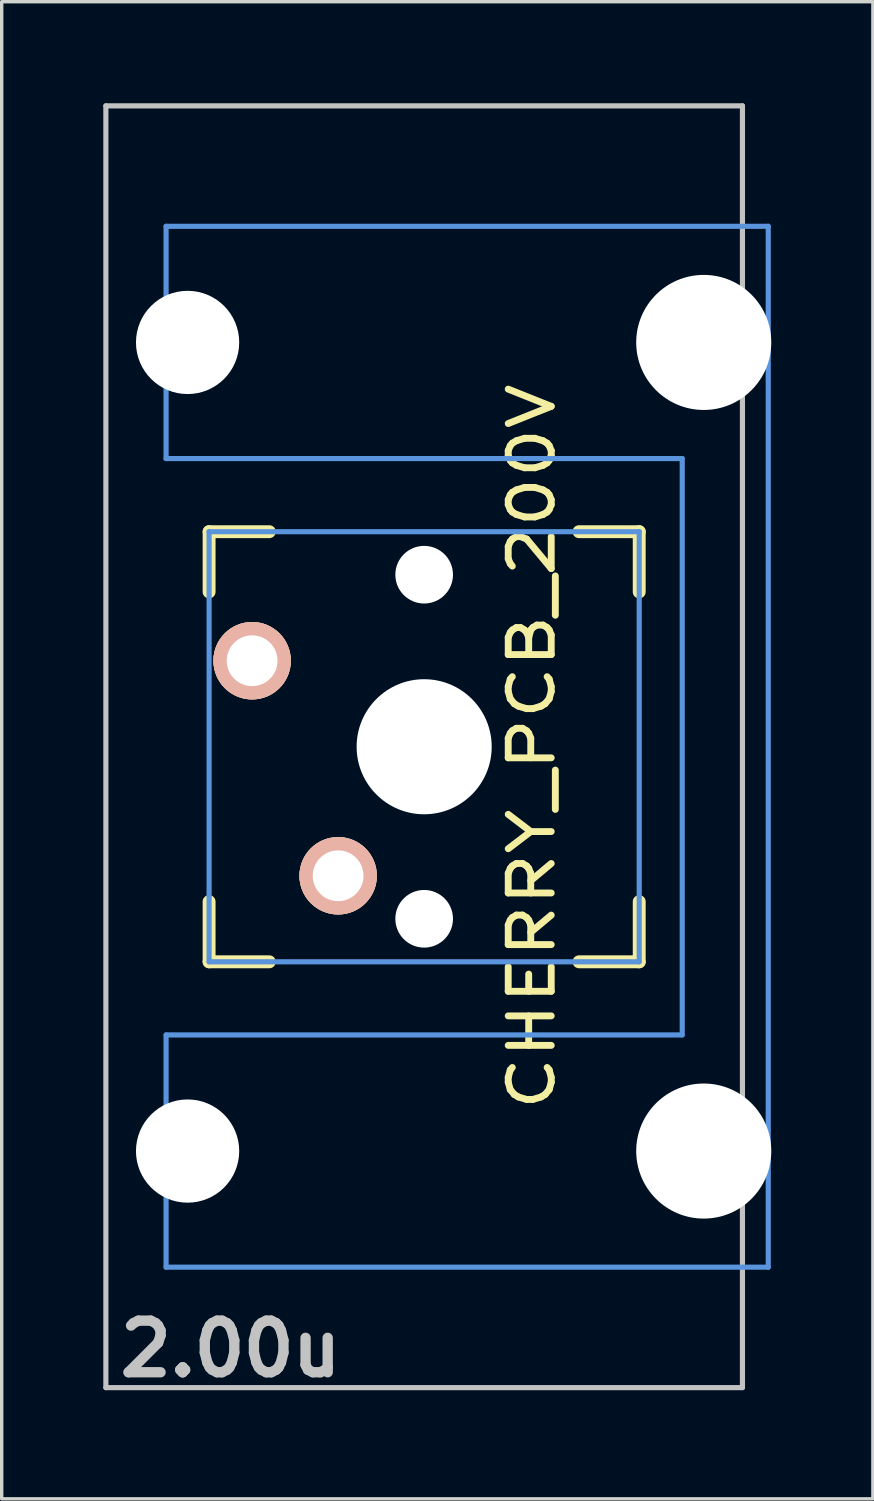
<source format=kicad_pcb>
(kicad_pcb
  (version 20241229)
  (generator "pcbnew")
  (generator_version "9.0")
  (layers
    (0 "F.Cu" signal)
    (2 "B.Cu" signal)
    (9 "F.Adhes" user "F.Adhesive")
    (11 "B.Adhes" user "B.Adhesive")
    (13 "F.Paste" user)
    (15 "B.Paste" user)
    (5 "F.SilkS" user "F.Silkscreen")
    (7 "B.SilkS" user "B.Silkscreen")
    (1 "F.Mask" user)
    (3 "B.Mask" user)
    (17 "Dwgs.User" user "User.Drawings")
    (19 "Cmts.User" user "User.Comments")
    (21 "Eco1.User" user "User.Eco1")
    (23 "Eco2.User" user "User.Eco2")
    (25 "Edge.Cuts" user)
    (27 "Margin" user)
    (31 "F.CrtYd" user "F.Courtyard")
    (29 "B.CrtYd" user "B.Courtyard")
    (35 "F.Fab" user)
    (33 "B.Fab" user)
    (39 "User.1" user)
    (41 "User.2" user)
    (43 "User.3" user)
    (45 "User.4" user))
  (footprint "CHERRY_PCB_200V"
    (layer "F.Cu")
    (at 9.474 18.999)
    (property "Reference" "CHERRY_PCB_200V" (at 3.175 0 90) (layer "F.SilkS") (effects (font (size 1.27 1.524) (thickness 0.203))))
    (attr through_hole)
    (fp_line (start -6.35 -6.35) (end -4.572 -6.35) (stroke (width 0.381) (type solid)) (layer "F.SilkS"))
    (fp_line (start -6.35 -4.572) (end -6.35 -6.35) (stroke (width 0.381) (type solid)) (layer "F.SilkS"))
    (fp_line (start -6.35 6.35) (end -6.35 4.572) (stroke (width 0.381) (type solid)) (layer "F.SilkS"))
    (fp_line (start -4.572 6.35) (end -6.35 6.35) (stroke (width 0.381) (type solid)) (layer "F.SilkS"))
    (fp_line (start 4.572 -6.35) (end 6.35 -6.35) (stroke (width 0.381) (type solid)) (layer "F.SilkS"))
    (fp_line (start 6.35 -6.35) (end 6.35 -4.572) (stroke (width 0.381) (type solid)) (layer "F.SilkS"))
    (fp_line (start 6.35 4.572) (end 6.35 6.35) (stroke (width 0.381) (type solid)) (layer "F.SilkS"))
    (fp_line (start 6.35 6.35) (end 4.572 6.35) (stroke (width 0.381) (type solid)) (layer "F.SilkS"))
    (fp_line (start -9.398 -18.923) (end 9.398 -18.923) (stroke (width 0.152) (type solid)) (layer "Dwgs.User"))
    (fp_line (start -9.398 18.923) (end -9.398 -18.923) (stroke (width 0.152) (type solid)) (layer "Dwgs.User"))
    (fp_line (start 9.398 -18.923) (end 9.398 18.923) (stroke (width 0.152) (type solid)) (layer "Dwgs.User"))
    (fp_line (start 9.398 18.923) (end -9.398 18.923) (stroke (width 0.152) (type solid)) (layer "Dwgs.User"))
    (fp_line (start -7.62 -15.367) (end -7.62 -8.509) (stroke (width 0.152) (type solid)) (layer "Cmts.User"))
    (fp_line (start -7.62 -8.509) (end 7.62 -8.509) (stroke (width 0.152) (type solid)) (layer "Cmts.User"))
    (fp_line (start -7.62 8.509) (end -7.62 15.367) (stroke (width 0.152) (type solid)) (layer "Cmts.User"))
    (fp_line (start -7.62 15.367) (end 10.16 15.367) (stroke (width 0.152) (type solid)) (layer "Cmts.User"))
    (fp_line (start -6.35 -6.35) (end 6.35 -6.35) (stroke (width 0.152) (type solid)) (layer "Cmts.User"))
    (fp_line (start -6.35 6.35) (end -6.35 -6.35) (stroke (width 0.152) (type solid)) (layer "Cmts.User"))
    (fp_line (start 6.35 -6.35) (end 6.35 6.35) (stroke (width 0.152) (type solid)) (layer "Cmts.User"))
    (fp_line (start 6.35 6.35) (end -6.35 6.35) (stroke (width 0.152) (type solid)) (layer "Cmts.User"))
    (fp_line (start 7.62 -8.509) (end 7.62 8.509) (stroke (width 0.152) (type solid)) (layer "Cmts.User"))
    (fp_line (start 7.62 8.509) (end -7.62 8.509) (stroke (width 0.152) (type solid)) (layer "Cmts.User"))
    (fp_line (start 10.16 -15.367) (end -7.62 -15.367) (stroke (width 0.152) (type solid)) (layer "Cmts.User"))
    (fp_line (start 10.16 15.367) (end 10.16 -15.367) (stroke (width 0.152) (type solid)) (layer "Cmts.User"))
    (fp_line (start -6.985 -6.985) (end -4.877 -6.985) (stroke (width 0.152) (type solid)) (layer "Eco2.User"))
    (fp_line (start -6.985 6.985) (end -6.985 -6.985) (stroke (width 0.152) (type solid)) (layer "Eco2.User"))
    (fp_line (start -5.69 -15.265) (end -2.286 -15.265) (stroke (width 0.152) (type solid)) (layer "Eco2.User"))
    (fp_line (start -5.69 -8.611) (end -5.69 -15.265) (stroke (width 0.152) (type solid)) (layer "Eco2.User"))
    (fp_line (start -5.69 8.611) (end -4.877 8.611) (stroke (width 0.152) (type solid)) (layer "Eco2.User"))
    (fp_line (start -5.69 15.265) (end -5.69 8.611) (stroke (width 0.152) (type solid)) (layer "Eco2.User"))
    (fp_line (start -4.877 -8.611) (end -5.69 -8.611) (stroke (width 0.152) (type solid)) (layer "Eco2.User"))
    (fp_line (start -4.877 -6.985) (end -4.877 -8.611) (stroke (width 0.152) (type solid)) (layer "Eco2.User"))
    (fp_line (start -4.877 6.985) (end -6.985 6.985) (stroke (width 0.152) (type solid)) (layer "Eco2.User"))
    (fp_line (start -4.877 8.611) (end -4.877 6.985) (stroke (width 0.152) (type solid)) (layer "Eco2.User"))
    (fp_line (start -2.286 -16.129) (end 0.508 -16.129) (stroke (width 0.152) (type solid)) (layer "Eco2.User"))
    (fp_line (start -2.286 -15.265) (end -2.286 -16.129) (stroke (width 0.152) (type solid)) (layer "Eco2.User"))
    (fp_line (start -2.286 15.265) (end -5.69 15.265) (stroke (width 0.152) (type solid)) (layer "Eco2.User"))
    (fp_line (start -2.286 16.129) (end -2.286 15.265) (stroke (width 0.152) (type solid)) (layer "Eco2.User"))
    (fp_line (start 0.508 -16.129) (end 0.508 -15.265) (stroke (width 0.152) (type solid)) (layer "Eco2.User"))
    (fp_line (start 0.508 -15.265) (end 6.604 -15.265) (stroke (width 0.152) (type solid)) (layer "Eco2.User"))
    (fp_line (start 0.508 15.265) (end 0.508 16.129) (stroke (width 0.152) (type solid)) (layer "Eco2.User"))
    (fp_line (start 0.508 16.129) (end -2.286 16.129) (stroke (width 0.152) (type solid)) (layer "Eco2.User"))
    (fp_line (start 5.817 -8.611) (end 5.817 -6.985) (stroke (width 0.152) (type solid)) (layer "Eco2.User"))
    (fp_line (start 5.817 -6.985) (end 6.985 -6.985) (stroke (width 0.152) (type solid)) (layer "Eco2.User"))
    (fp_line (start 5.817 6.985) (end 5.817 8.611) (stroke (width 0.152) (type solid)) (layer "Eco2.User"))
    (fp_line (start 5.817 8.611) (end 6.604 8.611) (stroke (width 0.152) (type solid)) (layer "Eco2.User"))
    (fp_line (start 6.604 -15.265) (end 6.604 -14.224) (stroke (width 0.152) (type solid)) (layer "Eco2.User"))
    (fp_line (start 6.604 -14.224) (end 7.772 -14.224) (stroke (width 0.152) (type solid)) (layer "Eco2.User"))
    (fp_line (start 6.604 -9.652) (end 6.604 -8.611) (stroke (width 0.152) (type solid)) (layer "Eco2.User"))
    (fp_line (start 6.604 -8.611) (end 5.817 -8.611) (stroke (width 0.152) (type solid)) (layer "Eco2.User"))
    (fp_line (start 6.604 8.611) (end 6.604 9.652) (stroke (width 0.152) (type solid)) (layer "Eco2.User"))
    (fp_line (start 6.604 9.652) (end 7.772 9.652) (stroke (width 0.152) (type solid)) (layer "Eco2.User"))
    (fp_line (start 6.604 14.224) (end 6.604 15.265) (stroke (width 0.152) (type solid)) (layer "Eco2.User"))
    (fp_line (start 6.604 15.265) (end 0.508 15.265) (stroke (width 0.152) (type solid)) (layer "Eco2.User"))
    (fp_line (start 6.985 -6.985) (end 6.985 6.985) (stroke (width 0.152) (type solid)) (layer "Eco2.User"))
    (fp_line (start 6.985 6.985) (end 5.817 6.985) (stroke (width 0.152) (type solid)) (layer "Eco2.User"))
    (fp_line (start 7.772 -14.224) (end 7.772 -9.652) (stroke (width 0.152) (type solid)) (layer "Eco2.User"))
    (fp_line (start 7.772 -9.652) (end 6.604 -9.652) (stroke (width 0.152) (type solid)) (layer "Eco2.User"))
    (fp_line (start 7.772 9.652) (end 7.772 14.224) (stroke (width 0.152) (type solid)) (layer "Eco2.User"))
    (fp_line (start 7.772 14.224) (end 6.604 14.224) (stroke (width 0.152) (type solid)) (layer "Eco2.User"))
    (fp_text user "2.00u" (at -5.715 17.78 0) (layer "Dwgs.User") (effects (font (size 1.524 1.524) (thickness 0.305))))
    (pad "" np_thru_hole circle (at -6.985 -11.938 90) (size 3.048 3.048) (drill 3.048) (layers "*.Cu"))
    (pad "" np_thru_hole circle (at -6.985 11.938 90) (size 3.048 3.048) (drill 3.048) (layers "*.Cu"))
    (pad "" np_thru_hole circle (at 0 -5.08 90) (size 1.702 1.702) (drill 1.702) (layers "*.Cu"))
    (pad "" np_thru_hole circle (at 0 0 90) (size 3.988 3.988) (drill 3.988) (layers "*.Cu"))
    (pad "" np_thru_hole circle (at 0 5.08 90) (size 1.702 1.702) (drill 1.702) (layers "*.Cu"))
    (pad "" np_thru_hole circle (at 8.255 -11.938 90) (size 3.988 3.988) (drill 3.988) (layers "*.Cu"))
    (pad "" np_thru_hole circle (at 8.255 11.938 90) (size 3.988 3.988) (drill 3.988) (layers "*.Cu"))
    (pad "1" thru_hole circle (at -5.08 -2.54 90) (size 2.286 2.286) (drill 1.499) (layers "*.Cu" "*.SilkS" "*.Mask"))
    (pad "2" thru_hole circle (at -2.54 3.81 90) (size 2.286 2.286) (drill 1.499) (layers "*.Cu" "*.SilkS" "*.Mask")))
  (gr_rect
    (start -3 -3)
    (end 22.723 41.206)
    (stroke (width 0.1) (type default))
    (fill no)
    (layer "Edge.Cuts")))
</source>
